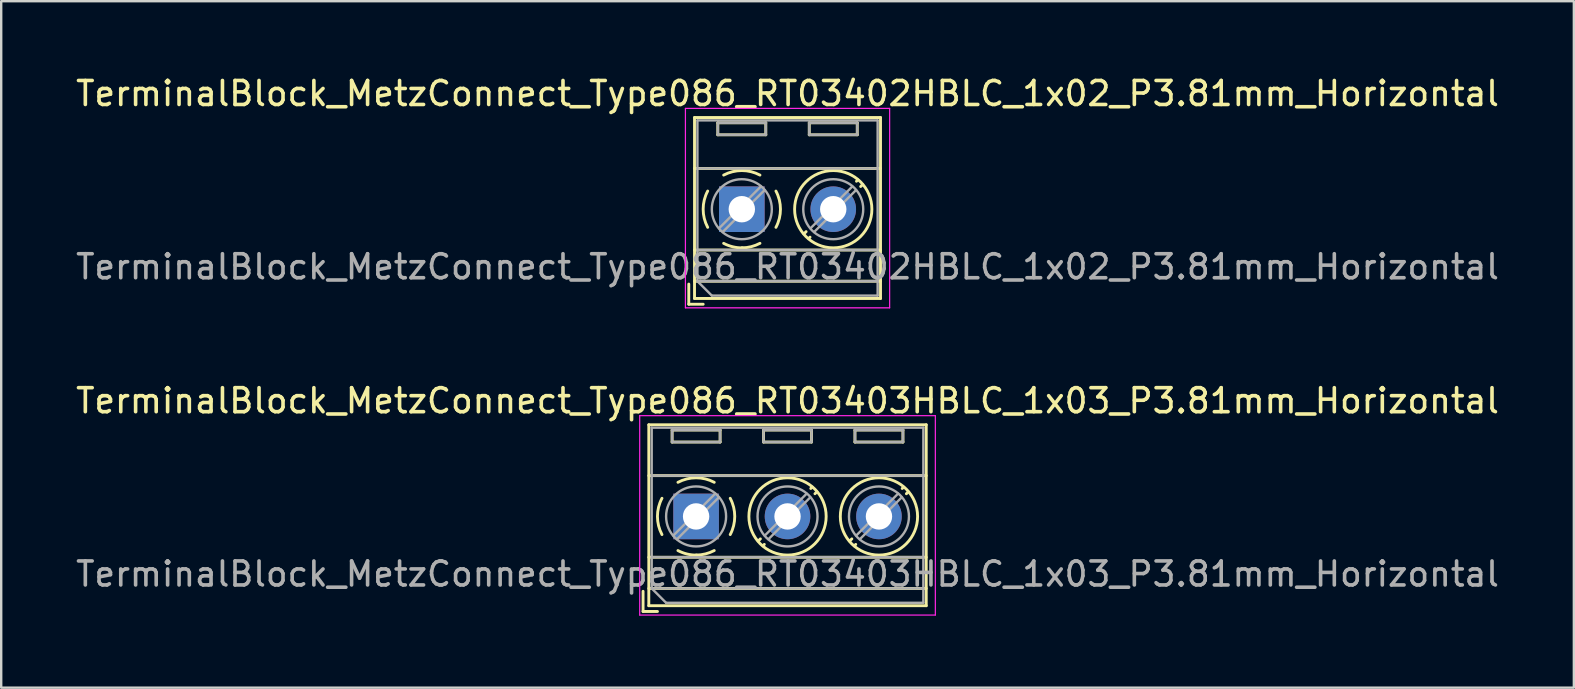
<source format=kicad_pcb>
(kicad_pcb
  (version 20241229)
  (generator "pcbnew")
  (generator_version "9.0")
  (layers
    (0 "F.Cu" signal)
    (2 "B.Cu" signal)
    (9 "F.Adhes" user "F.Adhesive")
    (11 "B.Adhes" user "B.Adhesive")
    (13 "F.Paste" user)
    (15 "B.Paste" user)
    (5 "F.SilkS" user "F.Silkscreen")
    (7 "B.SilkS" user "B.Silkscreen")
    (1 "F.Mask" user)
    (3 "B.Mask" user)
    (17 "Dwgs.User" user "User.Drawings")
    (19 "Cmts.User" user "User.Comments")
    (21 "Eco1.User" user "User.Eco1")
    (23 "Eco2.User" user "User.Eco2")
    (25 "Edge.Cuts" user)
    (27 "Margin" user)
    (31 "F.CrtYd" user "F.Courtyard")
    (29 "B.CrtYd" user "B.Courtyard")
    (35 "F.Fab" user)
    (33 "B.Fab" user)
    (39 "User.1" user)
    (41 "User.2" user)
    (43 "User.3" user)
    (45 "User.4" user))
  (footprint "TerminalBlock_MetzConnect_Type086_RT03403HBLC_1x03_P3.81mm_Horizontal"
    (layer "F.Cu")
    (at 25.958 18.471)
    (property "Reference" "TerminalBlock_MetzConnect_Type086_RT03403HBLC_1x03_P3.81mm_Horizontal" (at 3.81 -4.82 0) (layer "F.SilkS") (effects (font (size 1 1) (thickness 0.15))))
    (attr through_hole)
    (fp_line (start -2.21 3.12) (end -2.21 3.96) (stroke (width 0.12) (type solid)) (layer "F.SilkS"))
    (fp_line (start -2.21 3.96) (end -1.61 3.96) (stroke (width 0.12) (type solid)) (layer "F.SilkS"))
    (fp_line (start -1.971 -3.82) (end -1.971 3.72) (stroke (width 0.12) (type solid)) (layer "F.SilkS"))
    (fp_line (start -1.971 -3.82) (end 9.59 -3.82) (stroke (width 0.12) (type solid)) (layer "F.SilkS"))
    (fp_line (start -1.971 -1.7) (end 9.59 -1.7) (stroke (width 0.12) (type solid)) (layer "F.SilkS"))
    (fp_line (start -1.971 1.701) (end 9.59 1.701) (stroke (width 0.12) (type solid)) (layer "F.SilkS"))
    (fp_line (start -1.971 3) (end 9.59 3) (stroke (width 0.12) (type solid)) (layer "F.SilkS"))
    (fp_line (start -1.971 3.72) (end 9.59 3.72) (stroke (width 0.12) (type solid)) (layer "F.SilkS"))
    (fp_line (start -1 -3.6) (end -1 -3.1) (stroke (width 0.12) (type solid)) (layer "F.SilkS"))
    (fp_line (start -1 -3.6) (end 1 -3.6) (stroke (width 0.12) (type solid)) (layer "F.SilkS"))
    (fp_line (start -1 -3.1) (end 1 -3.1) (stroke (width 0.12) (type solid)) (layer "F.SilkS"))
    (fp_line (start 1 -3.6) (end 1 -3.1) (stroke (width 0.12) (type solid)) (layer "F.SilkS"))
    (fp_line (start 2.679 0.935) (end 2.589 1.025) (stroke (width 0.12) (type solid)) (layer "F.SilkS"))
    (fp_line (start 2.81 -3.6) (end 2.81 -3.1) (stroke (width 0.12) (type solid)) (layer "F.SilkS"))
    (fp_line (start 2.81 -3.6) (end 4.81 -3.6) (stroke (width 0.12) (type solid)) (layer "F.SilkS"))
    (fp_line (start 2.81 -3.1) (end 4.81 -3.1) (stroke (width 0.12) (type solid)) (layer "F.SilkS"))
    (fp_line (start 2.842 1.165) (end 2.786 1.221) (stroke (width 0.12) (type solid)) (layer "F.SilkS"))
    (fp_line (start 4.81 -3.6) (end 4.81 -3.1) (stroke (width 0.12) (type solid)) (layer "F.SilkS"))
    (fp_line (start 4.835 -1.221) (end 4.779 -1.165) (stroke (width 0.12) (type solid)) (layer "F.SilkS"))
    (fp_line (start 5.032 -1.025) (end 4.953 -0.946) (stroke (width 0.12) (type solid)) (layer "F.SilkS"))
    (fp_line (start 6.489 0.935) (end 6.399 1.025) (stroke (width 0.12) (type solid)) (layer "F.SilkS"))
    (fp_line (start 6.62 -3.6) (end 6.62 -3.1) (stroke (width 0.12) (type solid)) (layer "F.SilkS"))
    (fp_line (start 6.62 -3.6) (end 8.62 -3.6) (stroke (width 0.12) (type solid)) (layer "F.SilkS"))
    (fp_line (start 6.62 -3.1) (end 8.62 -3.1) (stroke (width 0.12) (type solid)) (layer "F.SilkS"))
    (fp_line (start 6.652 1.165) (end 6.596 1.221) (stroke (width 0.12) (type solid)) (layer "F.SilkS"))
    (fp_line (start 8.62 -3.6) (end 8.62 -3.1) (stroke (width 0.12) (type solid)) (layer "F.SilkS"))
    (fp_line (start 8.645 -1.221) (end 8.589 -1.165) (stroke (width 0.12) (type solid)) (layer "F.SilkS"))
    (fp_line (start 8.842 -1.025) (end 8.763 -0.946) (stroke (width 0.12) (type solid)) (layer "F.SilkS"))
    (fp_line (start 9.59 -3.82) (end 9.59 3.72) (stroke (width 0.12) (type solid)) (layer "F.SilkS"))
    (fp_arc (start -1.422754 0.755582) (mid -1.610941 -0.000803) (end -1.422 -0.757) (stroke (width 0.12) (type solid)) (layer "F.SilkS"))
    (fp_arc (start -0.756142 -1.421925) (mid -0.00008 -1.610472) (end 0.756 -1.422) (stroke (width 0.12) (type solid)) (layer "F.SilkS"))
    (fp_arc (start 0.027312 1.61071) (mid -0.376847 1.566244) (end -0.757 1.422) (stroke (width 0.12) (type solid)) (layer "F.SilkS"))
    (fp_arc (start 0.755849 1.421546) (mid 0.389494 1.562176) (end 0 1.61) (stroke (width 0.12) (type solid)) (layer "F.SilkS"))
    (fp_arc (start 1.421925 -0.756142) (mid 1.610472 -0.00008) (end 1.422 0.756) (stroke (width 0.12) (type solid)) (layer "F.SilkS"))
    (fp_circle (center 3.81 0) (end 5.42 0) (stroke (width 0.12) (type solid)) (fill no) (layer "F.SilkS"))
    (fp_circle (center 7.62 0) (end 9.23 0) (stroke (width 0.12) (type solid)) (fill no) (layer "F.SilkS"))
    (fp_line (start -2.35 -4.2) (end -2.35 4.11) (stroke (width 0.05) (type solid)) (layer "F.CrtYd"))
    (fp_line (start -2.35 4.11) (end 9.97 4.11) (stroke (width 0.05) (type solid)) (layer "F.CrtYd"))
    (fp_line (start 9.97 -4.2) (end -2.35 -4.2) (stroke (width 0.05) (type solid)) (layer "F.CrtYd"))
    (fp_line (start 9.97 4.11) (end 9.97 -4.2) (stroke (width 0.05) (type solid)) (layer "F.CrtYd"))
    (fp_line (start -1.85 -3.7) (end 9.47 -3.7) (stroke (width 0.1) (type solid)) (layer "F.Fab"))
    (fp_line (start -1.85 -1.7) (end 9.47 -1.7) (stroke (width 0.1) (type solid)) (layer "F.Fab"))
    (fp_line (start -1.85 1.7) (end 9.47 1.7) (stroke (width 0.1) (type solid)) (layer "F.Fab"))
    (fp_line (start -1.85 3) (end -1.85 -3.7) (stroke (width 0.1) (type solid)) (layer "F.Fab"))
    (fp_line (start -1.85 3) (end 9.47 3) (stroke (width 0.1) (type solid)) (layer "F.Fab"))
    (fp_line (start -1.25 3.6) (end -1.85 3) (stroke (width 0.1) (type solid)) (layer "F.Fab"))
    (fp_line (start -1 -3.6) (end -1 -3.1) (stroke (width 0.1) (type solid)) (layer "F.Fab"))
    (fp_line (start -1 -3.1) (end 1 -3.1) (stroke (width 0.1) (type solid)) (layer "F.Fab"))
    (fp_line (start 0.796 -0.948) (end -0.949 0.796) (stroke (width 0.1) (type solid)) (layer "F.Fab"))
    (fp_line (start 0.949 -0.796) (end -0.796 0.948) (stroke (width 0.1) (type solid)) (layer "F.Fab"))
    (fp_line (start 1 -3.6) (end -1 -3.6) (stroke (width 0.1) (type solid)) (layer "F.Fab"))
    (fp_line (start 1 -3.1) (end 1 -3.6) (stroke (width 0.1) (type solid)) (layer "F.Fab"))
    (fp_line (start 2.81 -3.6) (end 2.81 -3.1) (stroke (width 0.1) (type solid)) (layer "F.Fab"))
    (fp_line (start 2.81 -3.1) (end 4.81 -3.1) (stroke (width 0.1) (type solid)) (layer "F.Fab"))
    (fp_line (start 4.606 -0.948) (end 2.862 0.796) (stroke (width 0.1) (type solid)) (layer "F.Fab"))
    (fp_line (start 4.759 -0.796) (end 3.015 0.948) (stroke (width 0.1) (type solid)) (layer "F.Fab"))
    (fp_line (start 4.81 -3.6) (end 2.81 -3.6) (stroke (width 0.1) (type solid)) (layer "F.Fab"))
    (fp_line (start 4.81 -3.1) (end 4.81 -3.6) (stroke (width 0.1) (type solid)) (layer "F.Fab"))
    (fp_line (start 6.62 -3.6) (end 6.62 -3.1) (stroke (width 0.1) (type solid)) (layer "F.Fab"))
    (fp_line (start 6.62 -3.1) (end 8.62 -3.1) (stroke (width 0.1) (type solid)) (layer "F.Fab"))
    (fp_line (start 8.416 -0.948) (end 6.672 0.796) (stroke (width 0.1) (type solid)) (layer "F.Fab"))
    (fp_line (start 8.569 -0.796) (end 6.825 0.948) (stroke (width 0.1) (type solid)) (layer "F.Fab"))
    (fp_line (start 8.62 -3.6) (end 6.62 -3.6) (stroke (width 0.1) (type solid)) (layer "F.Fab"))
    (fp_line (start 8.62 -3.1) (end 8.62 -3.6) (stroke (width 0.1) (type solid)) (layer "F.Fab"))
    (fp_line (start 9.47 -3.7) (end 9.47 3.6) (stroke (width 0.1) (type solid)) (layer "F.Fab"))
    (fp_line (start 9.47 3.6) (end -1.25 3.6) (stroke (width 0.1) (type solid)) (layer "F.Fab"))
    (fp_circle (center 0 0) (end 1.25 0) (stroke (width 0.1) (type solid)) (fill no) (layer "F.Fab"))
    (fp_circle (center 3.81 0) (end 5.06 0) (stroke (width 0.1) (type solid)) (fill no) (layer "F.Fab"))
    (fp_circle (center 7.62 0) (end 8.87 0) (stroke (width 0.1) (type solid)) (fill no) (layer "F.Fab"))
    (fp_text user "${REFERENCE}" (at 3.81 2.4 0) (layer "F.Fab") (effects (font (size 1 1) (thickness 0.15))))
    (pad "1" thru_hole rect (at 0 0) (size 1.9 1.9) (drill 1.1) (layers "*.Cu" "*.Mask"))
    (pad "2" thru_hole circle (at 3.81 0) (size 1.9 1.9) (drill 1.1) (layers "*.Cu" "*.Mask"))
    (pad "3" thru_hole circle (at 7.62 0) (size 1.9 1.9) (drill 1.1) (layers "*.Cu" "*.Mask")))
  (footprint "TerminalBlock_MetzConnect_Type086_RT03402HBLC_1x02_P3.81mm_Horizontal"
    (layer "F.Cu")
    (at 27.863 5.668)
    (property "Reference" "TerminalBlock_MetzConnect_Type086_RT03402HBLC_1x02_P3.81mm_Horizontal" (at 1.905 -4.82 0) (layer "F.SilkS") (effects (font (size 1 1) (thickness 0.15))))
    (attr through_hole)
    (fp_line (start -2.21 3.12) (end -2.21 3.96) (stroke (width 0.12) (type solid)) (layer "F.SilkS"))
    (fp_line (start -2.21 3.96) (end -1.61 3.96) (stroke (width 0.12) (type solid)) (layer "F.SilkS"))
    (fp_line (start -1.971 -3.82) (end -1.971 3.72) (stroke (width 0.12) (type solid)) (layer "F.SilkS"))
    (fp_line (start -1.971 -3.82) (end 5.78 -3.82) (stroke (width 0.12) (type solid)) (layer "F.SilkS"))
    (fp_line (start -1.971 -1.7) (end 5.78 -1.7) (stroke (width 0.12) (type solid)) (layer "F.SilkS"))
    (fp_line (start -1.971 1.701) (end 5.78 1.701) (stroke (width 0.12) (type solid)) (layer "F.SilkS"))
    (fp_line (start -1.971 3) (end 5.78 3) (stroke (width 0.12) (type solid)) (layer "F.SilkS"))
    (fp_line (start -1.971 3.72) (end 5.78 3.72) (stroke (width 0.12) (type solid)) (layer "F.SilkS"))
    (fp_line (start -1 -3.6) (end -1 -3.1) (stroke (width 0.12) (type solid)) (layer "F.SilkS"))
    (fp_line (start -1 -3.6) (end 1 -3.6) (stroke (width 0.12) (type solid)) (layer "F.SilkS"))
    (fp_line (start -1 -3.1) (end 1 -3.1) (stroke (width 0.12) (type solid)) (layer "F.SilkS"))
    (fp_line (start 1 -3.6) (end 1 -3.1) (stroke (width 0.12) (type solid)) (layer "F.SilkS"))
    (fp_line (start 2.679 0.935) (end 2.589 1.025) (stroke (width 0.12) (type solid)) (layer "F.SilkS"))
    (fp_line (start 2.81 -3.6) (end 2.81 -3.1) (stroke (width 0.12) (type solid)) (layer "F.SilkS"))
    (fp_line (start 2.81 -3.6) (end 4.81 -3.6) (stroke (width 0.12) (type solid)) (layer "F.SilkS"))
    (fp_line (start 2.81 -3.1) (end 4.81 -3.1) (stroke (width 0.12) (type solid)) (layer "F.SilkS"))
    (fp_line (start 2.842 1.165) (end 2.786 1.221) (stroke (width 0.12) (type solid)) (layer "F.SilkS"))
    (fp_line (start 4.81 -3.6) (end 4.81 -3.1) (stroke (width 0.12) (type solid)) (layer "F.SilkS"))
    (fp_line (start 4.835 -1.221) (end 4.779 -1.165) (stroke (width 0.12) (type solid)) (layer "F.SilkS"))
    (fp_line (start 5.032 -1.025) (end 4.953 -0.946) (stroke (width 0.12) (type solid)) (layer "F.SilkS"))
    (fp_line (start 5.78 -3.82) (end 5.78 3.72) (stroke (width 0.12) (type solid)) (layer "F.SilkS"))
    (fp_arc (start -1.422754 0.755582) (mid -1.610941 -0.000803) (end -1.422 -0.757) (stroke (width 0.12) (type solid)) (layer "F.SilkS"))
    (fp_arc (start -0.756142 -1.421925) (mid -0.00008 -1.610472) (end 0.756 -1.422) (stroke (width 0.12) (type solid)) (layer "F.SilkS"))
    (fp_arc (start 0.027312 1.61071) (mid -0.376847 1.566244) (end -0.757 1.422) (stroke (width 0.12) (type solid)) (layer "F.SilkS"))
    (fp_arc (start 0.755849 1.421546) (mid 0.389494 1.562176) (end 0 1.61) (stroke (width 0.12) (type solid)) (layer "F.SilkS"))
    (fp_arc (start 1.421925 -0.756142) (mid 1.610472 -0.00008) (end 1.422 0.756) (stroke (width 0.12) (type solid)) (layer "F.SilkS"))
    (fp_circle (center 3.81 0) (end 5.42 0) (stroke (width 0.12) (type solid)) (fill no) (layer "F.SilkS"))
    (fp_line (start -2.35 -4.2) (end -2.35 4.11) (stroke (width 0.05) (type solid)) (layer "F.CrtYd"))
    (fp_line (start -2.35 4.11) (end 6.16 4.11) (stroke (width 0.05) (type solid)) (layer "F.CrtYd"))
    (fp_line (start 6.16 -4.2) (end -2.35 -4.2) (stroke (width 0.05) (type solid)) (layer "F.CrtYd"))
    (fp_line (start 6.16 4.11) (end 6.16 -4.2) (stroke (width 0.05) (type solid)) (layer "F.CrtYd"))
    (fp_line (start -1.85 -3.7) (end 5.66 -3.7) (stroke (width 0.1) (type solid)) (layer "F.Fab"))
    (fp_line (start -1.85 -1.7) (end 5.66 -1.7) (stroke (width 0.1) (type solid)) (layer "F.Fab"))
    (fp_line (start -1.85 1.7) (end 5.66 1.7) (stroke (width 0.1) (type solid)) (layer "F.Fab"))
    (fp_line (start -1.85 3) (end -1.85 -3.7) (stroke (width 0.1) (type solid)) (layer "F.Fab"))
    (fp_line (start -1.85 3) (end 5.66 3) (stroke (width 0.1) (type solid)) (layer "F.Fab"))
    (fp_line (start -1.25 3.6) (end -1.85 3) (stroke (width 0.1) (type solid)) (layer "F.Fab"))
    (fp_line (start -1 -3.6) (end -1 -3.1) (stroke (width 0.1) (type solid)) (layer "F.Fab"))
    (fp_line (start -1 -3.1) (end 1 -3.1) (stroke (width 0.1) (type solid)) (layer "F.Fab"))
    (fp_line (start 0.796 -0.948) (end -0.949 0.796) (stroke (width 0.1) (type solid)) (layer "F.Fab"))
    (fp_line (start 0.949 -0.796) (end -0.796 0.948) (stroke (width 0.1) (type solid)) (layer "F.Fab"))
    (fp_line (start 1 -3.6) (end -1 -3.6) (stroke (width 0.1) (type solid)) (layer "F.Fab"))
    (fp_line (start 1 -3.1) (end 1 -3.6) (stroke (width 0.1) (type solid)) (layer "F.Fab"))
    (fp_line (start 2.81 -3.6) (end 2.81 -3.1) (stroke (width 0.1) (type solid)) (layer "F.Fab"))
    (fp_line (start 2.81 -3.1) (end 4.81 -3.1) (stroke (width 0.1) (type solid)) (layer "F.Fab"))
    (fp_line (start 4.606 -0.948) (end 2.862 0.796) (stroke (width 0.1) (type solid)) (layer "F.Fab"))
    (fp_line (start 4.759 -0.796) (end 3.015 0.948) (stroke (width 0.1) (type solid)) (layer "F.Fab"))
    (fp_line (start 4.81 -3.6) (end 2.81 -3.6) (stroke (width 0.1) (type solid)) (layer "F.Fab"))
    (fp_line (start 4.81 -3.1) (end 4.81 -3.6) (stroke (width 0.1) (type solid)) (layer "F.Fab"))
    (fp_line (start 5.66 -3.7) (end 5.66 3.6) (stroke (width 0.1) (type solid)) (layer "F.Fab"))
    (fp_line (start 5.66 3.6) (end -1.25 3.6) (stroke (width 0.1) (type solid)) (layer "F.Fab"))
    (fp_circle (center 0 0) (end 1.25 0) (stroke (width 0.1) (type solid)) (fill no) (layer "F.Fab"))
    (fp_circle (center 3.81 0) (end 5.06 0) (stroke (width 0.1) (type solid)) (fill no) (layer "F.Fab"))
    (fp_text user "${REFERENCE}" (at 1.905 2.4 0) (layer "F.Fab") (effects (font (size 1 1) (thickness 0.15))))
    (pad "1" thru_hole rect (at 0 0) (size 1.9 1.9) (drill 1.1) (layers "*.Cu" "*.Mask"))
    (pad "2" thru_hole circle (at 3.81 0) (size 1.9 1.9) (drill 1.1) (layers "*.Cu" "*.Mask")))
  (gr_rect
    (start -3 -3)
    (end 62.536 25.607)
    (stroke (width 0.1) (type default))
    (fill no)
    (layer "Edge.Cuts")))
</source>
